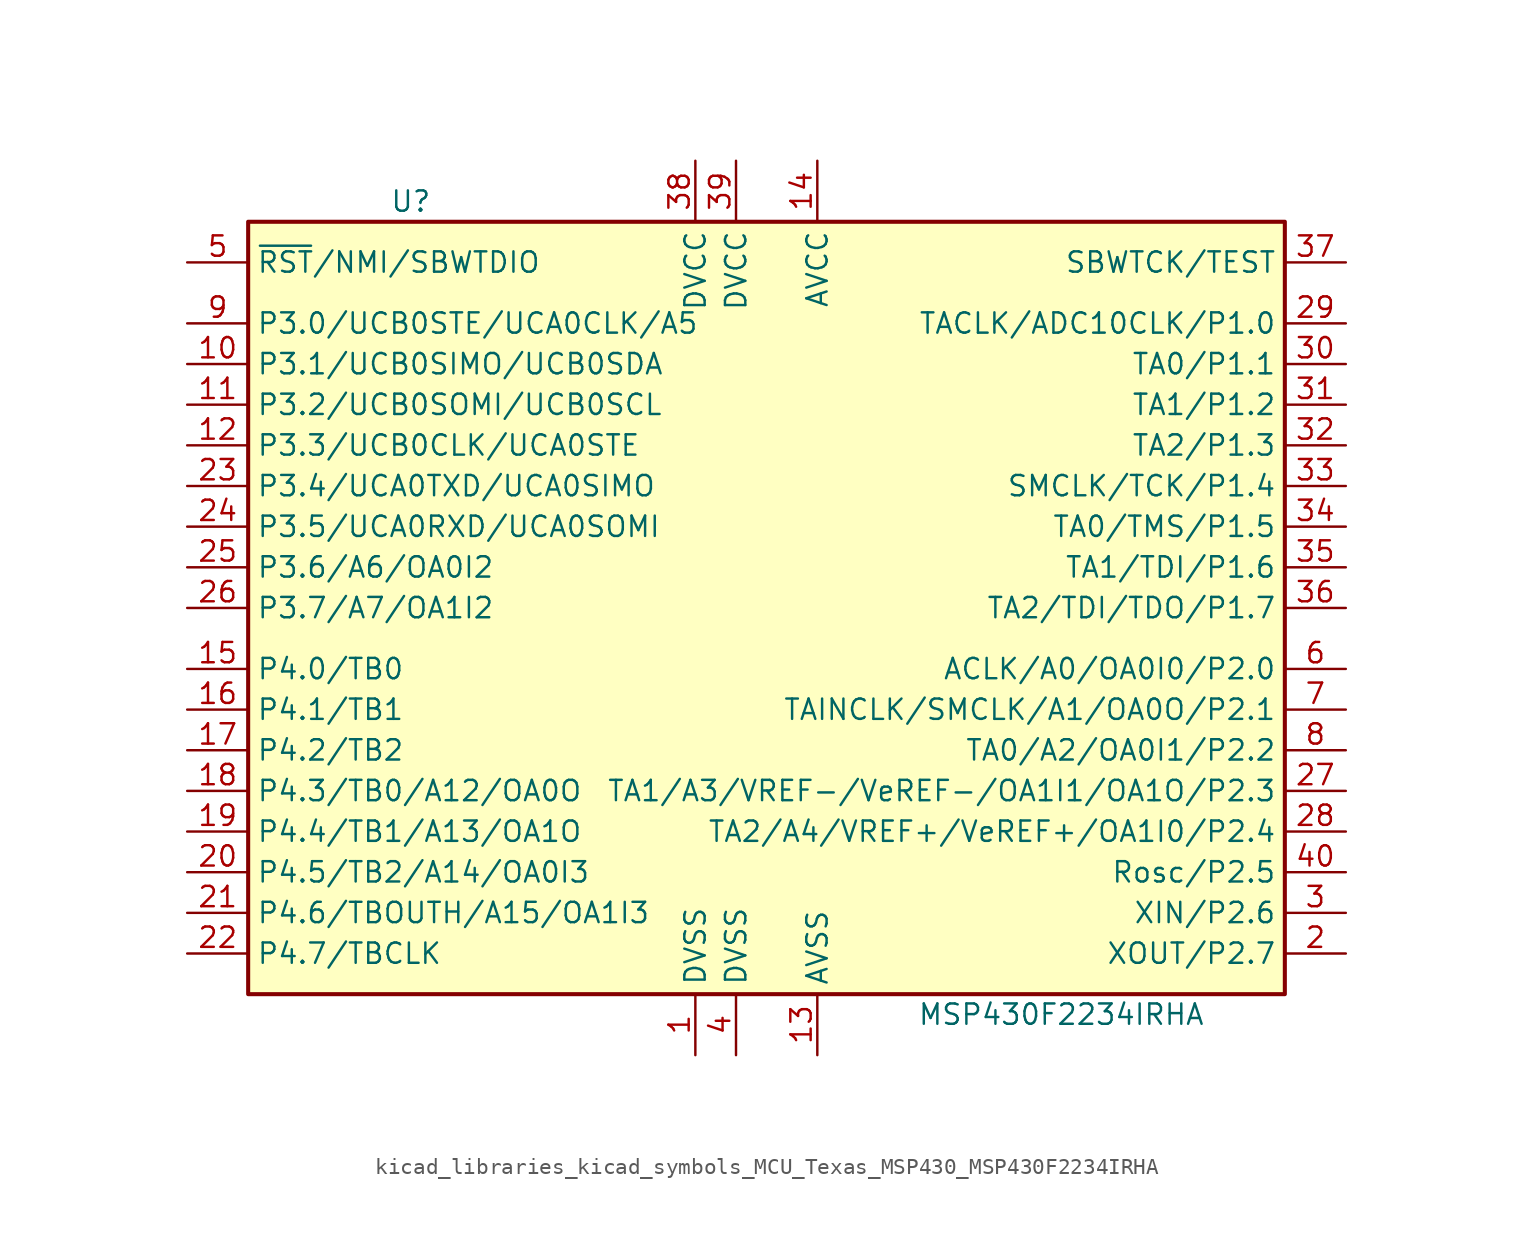
<source format=kicad_sym>
(kicad_symbol_lib
  (version 20220914)
  (generator kicad_symbol_editor)
  (symbol "kicad_libraries_kicad_symbols_MCU_Texas_MSP430_MSP430F2234IRHA"
    (property "Reference" "U"
      (at -22.86 25.4 0)
      (effects (font (size 1.27 1.27))))
    (property "Value" "MSP430F2234IRHA"
      (at 17.78 -25.4 0)
      (effects (font (size 1.27 1.27))))
    (symbol "kicad_libraries_kicad_symbols_MCU_Texas_MSP430_MSP430F2234IRHA_0_1"
      (rectangle (start -33.02 24.13) (end 31.75 -24.13) (stroke (width 0.254) (type default)) (fill (type background))))
    (symbol "kicad_libraries_kicad_symbols_MCU_Texas_MSP430_MSP430F2234IRHA_1_1"
      (pin power_in line (at -5.08 -27.94 90) (length 3.81) (name "DVSS" (effects (font (size 1.27 1.27)))) (number "1" (effects (font (size 1.27 1.27)))))
      (pin bidirectional line (at -36.83 15.24 0) (length 3.81) (name "P3.1/UCB0SIMO/UCB0SDA" (effects (font (size 1.27 1.27)))) (number "10" (effects (font (size 1.27 1.27)))))
      (pin bidirectional line (at -36.83 12.7 0) (length 3.81) (name "P3.2/UCB0SOMI/UCB0SCL" (effects (font (size 1.27 1.27)))) (number "11" (effects (font (size 1.27 1.27)))))
      (pin bidirectional line (at -36.83 10.16 0) (length 3.81) (name "P3.3/UCB0CLK/UCA0STE" (effects (font (size 1.27 1.27)))) (number "12" (effects (font (size 1.27 1.27)))))
      (pin power_in line (at 2.54 -27.94 90) (length 3.81) (name "AVSS" (effects (font (size 1.27 1.27)))) (number "13" (effects (font (size 1.27 1.27)))))
      (pin power_in line (at 2.54 27.94 270) (length 3.81) (name "AVCC" (effects (font (size 1.27 1.27)))) (number "14" (effects (font (size 1.27 1.27)))))
      (pin bidirectional line (at -36.83 -3.81 0) (length 3.81) (name "P4.0/TB0" (effects (font (size 1.27 1.27)))) (number "15" (effects (font (size 1.27 1.27)))))
      (pin bidirectional line (at -36.83 -6.35 0) (length 3.81) (name "P4.1/TB1" (effects (font (size 1.27 1.27)))) (number "16" (effects (font (size 1.27 1.27)))))
      (pin bidirectional line (at -36.83 -8.89 0) (length 3.81) (name "P4.2/TB2" (effects (font (size 1.27 1.27)))) (number "17" (effects (font (size 1.27 1.27)))))
      (pin bidirectional line (at -36.83 -11.43 0) (length 3.81) (name "P4.3/TB0/A12/OA0O" (effects (font (size 1.27 1.27)))) (number "18" (effects (font (size 1.27 1.27)))))
      (pin bidirectional line (at -36.83 -13.97 0) (length 3.81) (name "P4.4/TB1/A13/OA1O" (effects (font (size 1.27 1.27)))) (number "19" (effects (font (size 1.27 1.27)))))
      (pin bidirectional line (at 35.56 -21.59 180) (length 3.81) (name "XOUT/P2.7" (effects (font (size 1.27 1.27)))) (number "2" (effects (font (size 1.27 1.27)))))
      (pin bidirectional line (at -36.83 -16.51 0) (length 3.81) (name "P4.5/TB2/A14/OA0I3" (effects (font (size 1.27 1.27)))) (number "20" (effects (font (size 1.27 1.27)))))
      (pin bidirectional line (at -36.83 -19.05 0) (length 3.81) (name "P4.6/TBOUTH/A15/OA1I3" (effects (font (size 1.27 1.27)))) (number "21" (effects (font (size 1.27 1.27)))))
      (pin bidirectional line (at -36.83 -21.59 0) (length 3.81) (name "P4.7/TBCLK" (effects (font (size 1.27 1.27)))) (number "22" (effects (font (size 1.27 1.27)))))
      (pin bidirectional line (at -36.83 7.62 0) (length 3.81) (name "P3.4/UCA0TXD/UCA0SIMO" (effects (font (size 1.27 1.27)))) (number "23" (effects (font (size 1.27 1.27)))))
      (pin bidirectional line (at -36.83 5.08 0) (length 3.81) (name "P3.5/UCA0RXD/UCA0SOMI" (effects (font (size 1.27 1.27)))) (number "24" (effects (font (size 1.27 1.27)))))
      (pin bidirectional line (at -36.83 2.54 0) (length 3.81) (name "P3.6/A6/OA0I2" (effects (font (size 1.27 1.27)))) (number "25" (effects (font (size 1.27 1.27)))))
      (pin bidirectional line (at -36.83 0 0) (length 3.81) (name "P3.7/A7/OA1I2" (effects (font (size 1.27 1.27)))) (number "26" (effects (font (size 1.27 1.27)))))
      (pin bidirectional line (at 35.56 -11.43 180) (length 3.81) (name "TA1/A3/VREF-/VeREF-/OA1I1/OA1O/P2.3" (effects (font (size 1.27 1.27)))) (number "27" (effects (font (size 1.27 1.27)))))
      (pin bidirectional line (at 35.56 -13.97 180) (length 3.81) (name "TA2/A4/VREF+/VeREF+/OA1I0/P2.4" (effects (font (size 1.27 1.27)))) (number "28" (effects (font (size 1.27 1.27)))))
      (pin bidirectional line (at 35.56 17.78 180) (length 3.81) (name "TACLK/ADC10CLK/P1.0" (effects (font (size 1.27 1.27)))) (number "29" (effects (font (size 1.27 1.27)))))
      (pin bidirectional line (at 35.56 -19.05 180) (length 3.81) (name "XIN/P2.6" (effects (font (size 1.27 1.27)))) (number "3" (effects (font (size 1.27 1.27)))))
      (pin bidirectional line (at 35.56 15.24 180) (length 3.81) (name "TA0/P1.1" (effects (font (size 1.27 1.27)))) (number "30" (effects (font (size 1.27 1.27)))))
      (pin bidirectional line (at 35.56 12.7 180) (length 3.81) (name "TA1/P1.2" (effects (font (size 1.27 1.27)))) (number "31" (effects (font (size 1.27 1.27)))))
      (pin bidirectional line (at 35.56 10.16 180) (length 3.81) (name "TA2/P1.3" (effects (font (size 1.27 1.27)))) (number "32" (effects (font (size 1.27 1.27)))))
      (pin bidirectional line (at 35.56 7.62 180) (length 3.81) (name "SMCLK/TCK/P1.4" (effects (font (size 1.27 1.27)))) (number "33" (effects (font (size 1.27 1.27)))))
      (pin bidirectional line (at 35.56 5.08 180) (length 3.81) (name "TA0/TMS/P1.5" (effects (font (size 1.27 1.27)))) (number "34" (effects (font (size 1.27 1.27)))))
      (pin bidirectional line (at 35.56 2.54 180) (length 3.81) (name "TA1/TDI/P1.6" (effects (font (size 1.27 1.27)))) (number "35" (effects (font (size 1.27 1.27)))))
      (pin bidirectional line (at 35.56 0 180) (length 3.81) (name "TA2/TDI/TDO/P1.7" (effects (font (size 1.27 1.27)))) (number "36" (effects (font (size 1.27 1.27)))))
      (pin input line (at 35.56 21.59 180) (length 3.81) (name "SBWTCK/TEST" (effects (font (size 1.27 1.27)))) (number "37" (effects (font (size 1.27 1.27)))))
      (pin power_in line (at -5.08 27.94 270) (length 3.81) (name "DVCC" (effects (font (size 1.27 1.27)))) (number "38" (effects (font (size 1.27 1.27)))))
      (pin power_in line (at -2.54 27.94 270) (length 3.81) (name "DVCC" (effects (font (size 1.27 1.27)))) (number "39" (effects (font (size 1.27 1.27)))))
      (pin power_in line (at -2.54 -27.94 90) (length 3.81) (name "DVSS" (effects (font (size 1.27 1.27)))) (number "4" (effects (font (size 1.27 1.27)))))
      (pin bidirectional line (at 35.56 -16.51 180) (length 3.81) (name "Rosc/P2.5" (effects (font (size 1.27 1.27)))) (number "40" (effects (font (size 1.27 1.27)))))
      (pin bidirectional line (at -36.83 21.59 0) (length 3.81) (name "~{RST}/NMI/SBWTDIO" (effects (font (size 1.27 1.27)))) (number "5" (effects (font (size 1.27 1.27)))))
      (pin bidirectional line (at 35.56 -3.81 180) (length 3.81) (name "ACLK/A0/OA0I0/P2.0" (effects (font (size 1.27 1.27)))) (number "6" (effects (font (size 1.27 1.27)))))
      (pin bidirectional line (at 35.56 -6.35 180) (length 3.81) (name "TAINCLK/SMCLK/A1/OA0O/P2.1" (effects (font (size 1.27 1.27)))) (number "7" (effects (font (size 1.27 1.27)))))
      (pin bidirectional line (at 35.56 -8.89 180) (length 3.81) (name "TA0/A2/OA0I1/P2.2" (effects (font (size 1.27 1.27)))) (number "8" (effects (font (size 1.27 1.27)))))
      (pin bidirectional line (at -36.83 17.78 0) (length 3.81) (name "P3.0/UCB0STE/UCA0CLK/A5" (effects (font (size 1.27 1.27)))) (number "9" (effects (font (size 1.27 1.27))))))))
</source>
